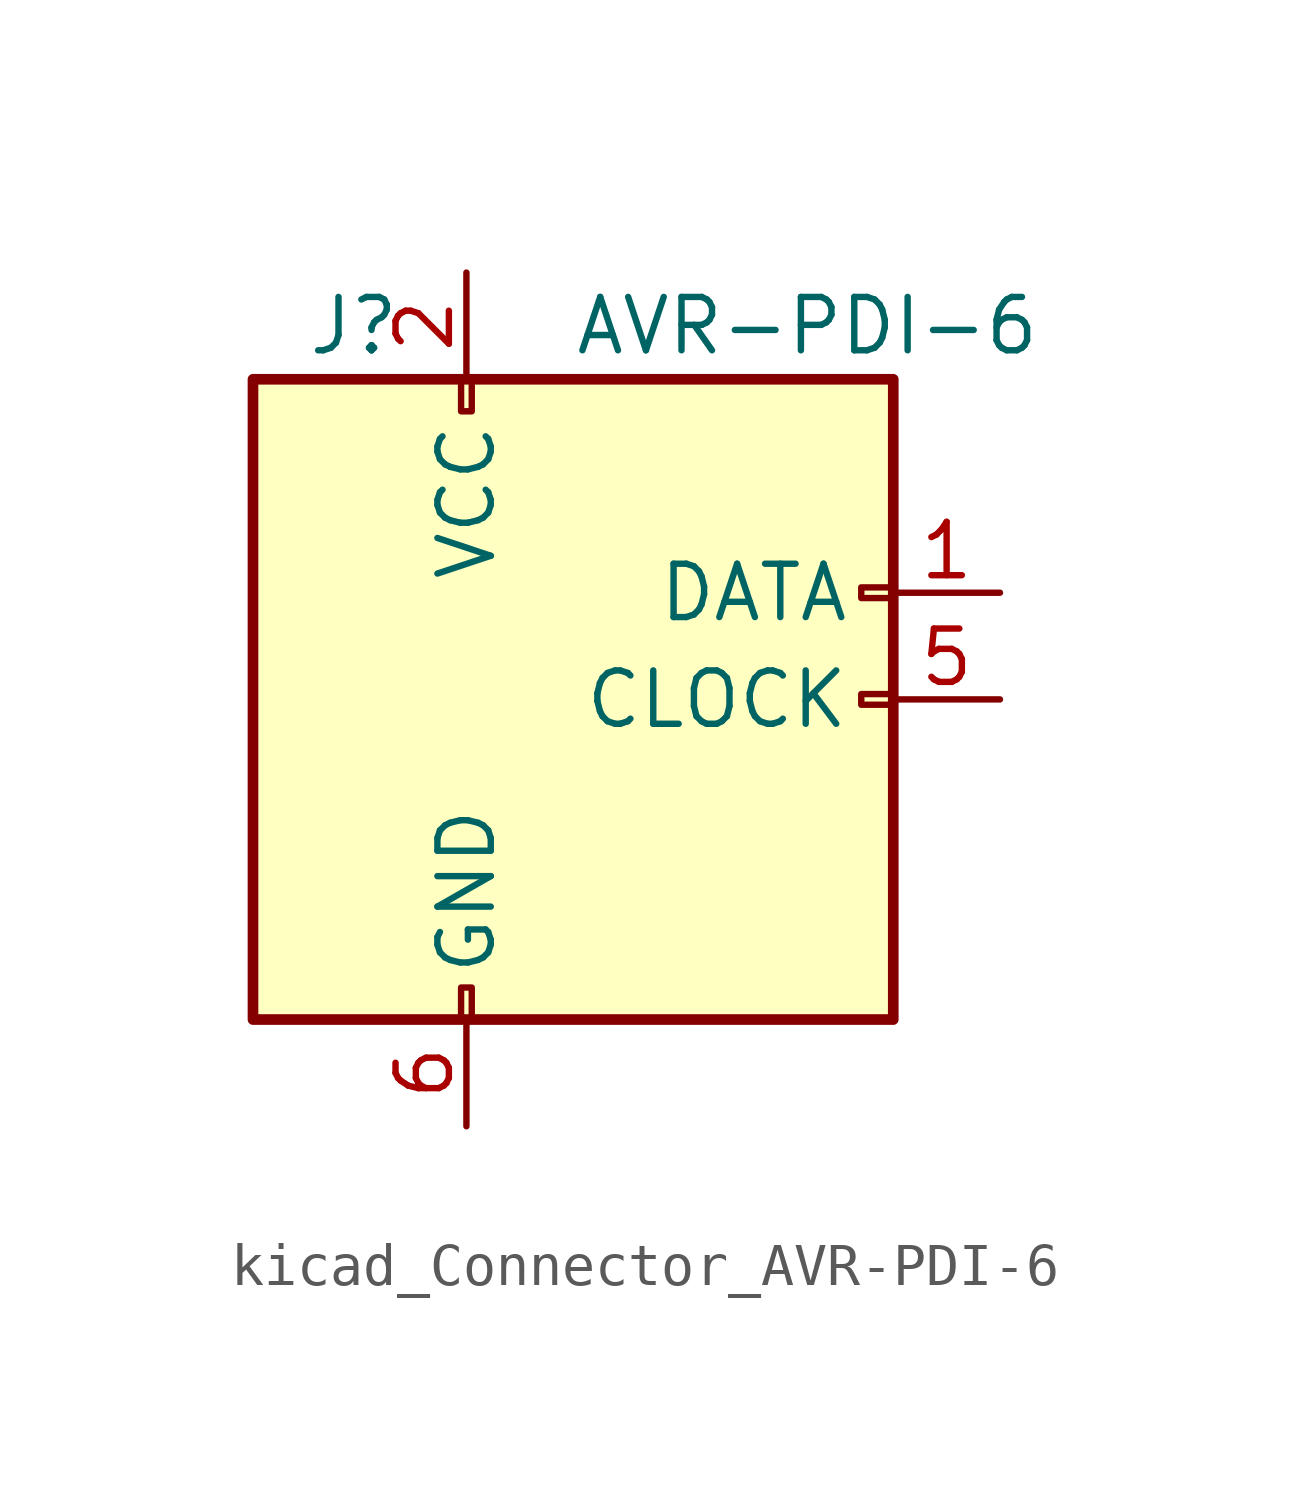
<source format=kicad_sym>
(kicad_symbol_lib
  (version 20220914)
  (generator kicad_symbol_editor)
  (symbol "kicad_Connector_AVR-PDI-6"
    (pin_names
      (offset 1.016))
    (property "Reference" "J"
      (at -6.35 8.89 0)
      (effects (font (size 1.27 1.27)) (justify left)))
    (property "Value" "AVR-PDI-6"
      (at 0 8.89 0)
      (effects (font (size 1.27 1.27)) (justify left)))
    (symbol "kicad_Connector_AVR-PDI-6_0_1"
      (rectangle (start -2.667 -6.858) (end -2.413 -7.62) (stroke (width 0) (type default)) (fill (type none)))
      (rectangle (start -2.667 7.62) (end -2.413 6.858) (stroke (width 0) (type default)) (fill (type none)))
      (rectangle (start 7.62 0.127) (end 6.858 -0.127) (stroke (width 0) (type default)) (fill (type none)))
      (rectangle (start 7.62 2.667) (end 6.858 2.413) (stroke (width 0) (type default)) (fill (type none)))
      (rectangle (start 7.62 7.62) (end -7.62 -7.62) (stroke (width 0.254) (type default)) (fill (type background))))
    (symbol "kicad_Connector_AVR-PDI-6_1_1"
      (pin passive line (at 10.16 2.54 180) (length 2.54) (name "DATA" (effects (font (size 1.27 1.27)))) (number "1" (effects (font (size 1.27 1.27)))))
      (pin passive line (at -2.54 10.16 270) (length 2.54) (name "VCC" (effects (font (size 1.27 1.27)))) (number "2" (effects (font (size 1.27 1.27)))))
      (pin no_connect line (at 7.62 -2.54 180) (length 2.54) hide (name "NC" (effects (font (size 1.27 1.27)))) (number "3" (effects (font (size 1.27 1.27)))))
      (pin no_connect line (at 7.62 -5.08 180) (length 2.54) hide (name "NC" (effects (font (size 1.27 1.27)))) (number "4" (effects (font (size 1.27 1.27)))))
      (pin passive line (at 10.16 0 180) (length 2.54) (name "CLOCK" (effects (font (size 1.27 1.27)))) (number "5" (effects (font (size 1.27 1.27)))))
      (pin passive line (at -2.54 -10.16 90) (length 2.54) (name "GND" (effects (font (size 1.27 1.27)))) (number "6" (effects (font (size 1.27 1.27))))))))
</source>
